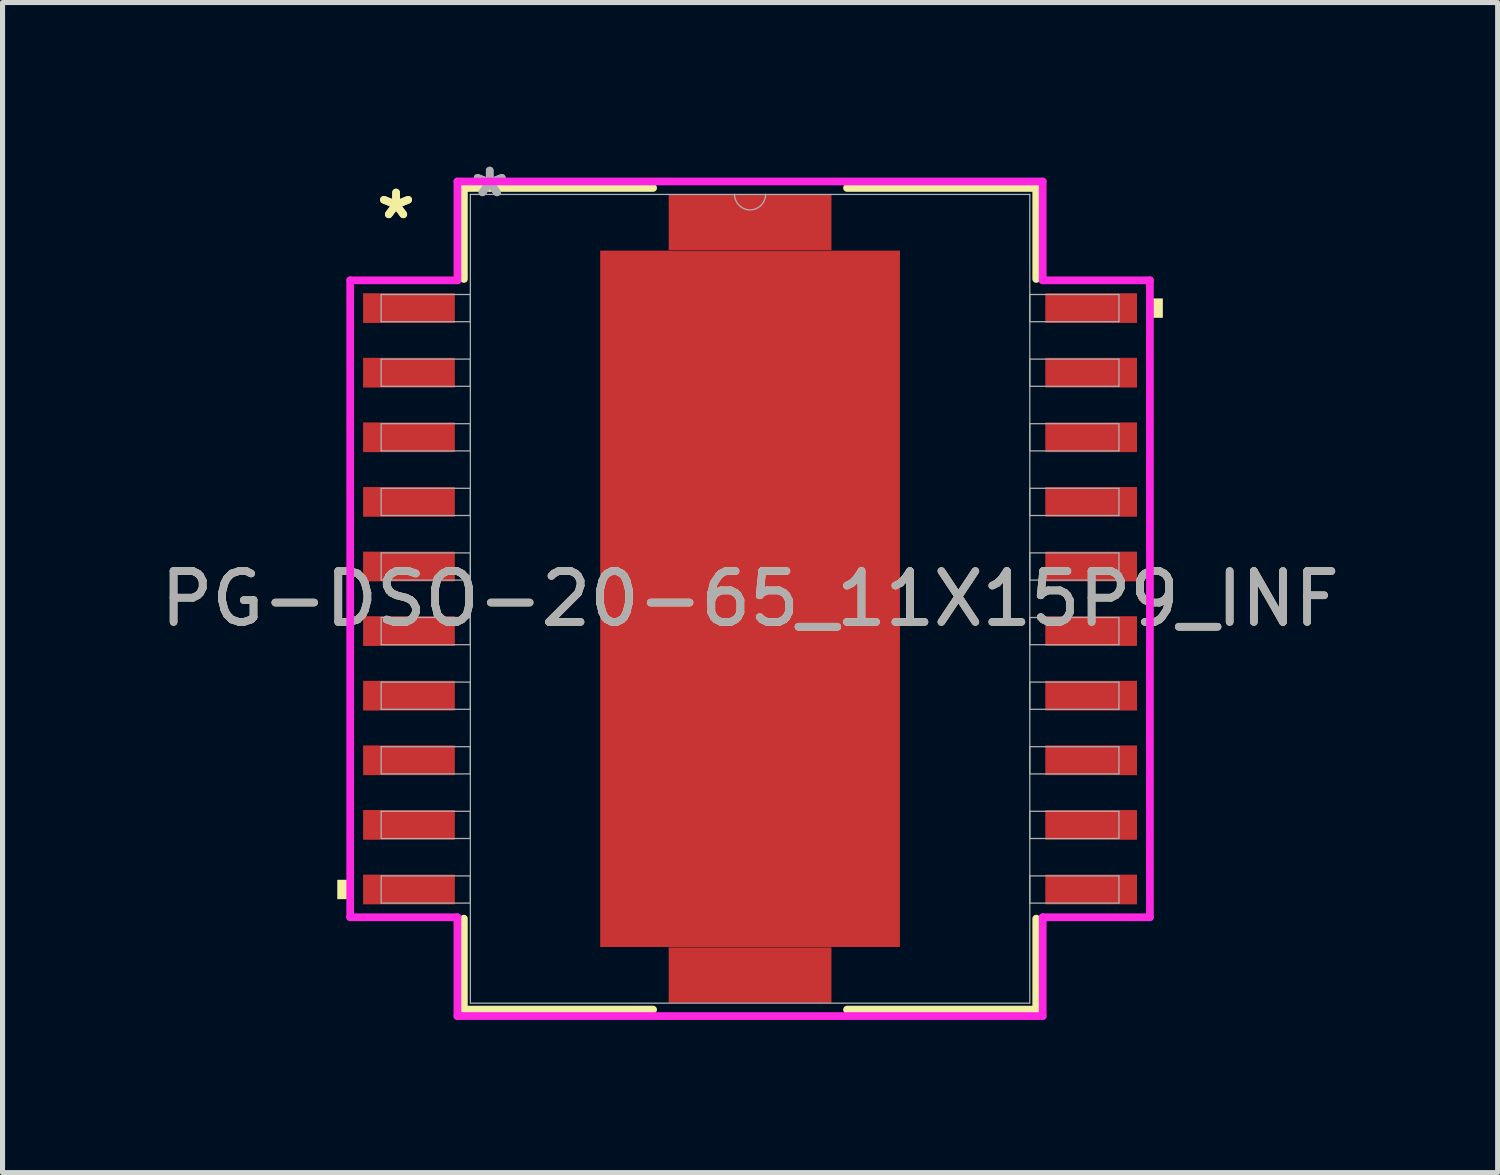
<source format=kicad_pcb>
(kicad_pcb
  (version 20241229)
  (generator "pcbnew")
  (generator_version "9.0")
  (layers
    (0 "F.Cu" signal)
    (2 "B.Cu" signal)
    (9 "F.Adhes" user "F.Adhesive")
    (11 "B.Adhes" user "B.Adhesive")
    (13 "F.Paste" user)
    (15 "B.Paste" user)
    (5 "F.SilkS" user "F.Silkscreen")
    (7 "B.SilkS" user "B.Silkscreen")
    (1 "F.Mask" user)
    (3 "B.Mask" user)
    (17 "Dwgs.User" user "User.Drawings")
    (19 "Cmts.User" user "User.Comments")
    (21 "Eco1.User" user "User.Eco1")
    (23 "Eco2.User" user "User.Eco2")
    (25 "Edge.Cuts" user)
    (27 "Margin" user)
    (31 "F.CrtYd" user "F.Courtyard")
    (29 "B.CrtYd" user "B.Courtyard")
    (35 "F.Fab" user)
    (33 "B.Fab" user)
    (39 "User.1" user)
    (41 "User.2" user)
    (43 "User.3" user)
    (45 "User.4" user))
  (footprint "PG-DSO-20-65_11X15P9_INF"
    (layer "F.Cu")
    (at 11.696 8.722)
    (property "Reference" "PG-DSO-20-65_11X15P9_INF" (at 0 0 0) (unlocked yes) (layer "F.SilkS") (effects (font (size 1 1) (thickness 0.15))))
    (attr smd)
    (fp_poly (pts (xy -1.6 -7.946) (xy 1.6 -7.946) (xy 1.6 -6.854) (xy -1.6 -6.854)) (stroke (width 0) (type solid)) (fill yes) (layer "F.Cu"))
    (fp_poly (pts (xy -1.6 6.854) (xy 1.6 6.854) (xy 1.6 7.946) (xy -1.6 7.946)) (stroke (width 0) (type solid)) (fill yes) (layer "F.Cu"))
    (fp_poly (pts (xy -1.6 -7.946) (xy 1.6 -7.946) (xy 1.6 -6.854) (xy -1.6 -6.854)) (stroke (width 0) (type solid)) (fill yes) (layer "F.Mask"))
    (fp_poly (pts (xy -1.6 6.854) (xy 1.6 6.854) (xy 1.6 7.946) (xy -1.6 7.946)) (stroke (width 0) (type solid)) (fill yes) (layer "F.Mask"))
    (fp_line (start -5.626 -8.077) (end -5.626 -6.288) (stroke (width 0.152) (type solid)) (layer "F.SilkS"))
    (fp_line (start -5.626 6.288) (end -5.626 8.077) (stroke (width 0.152) (type solid)) (layer "F.SilkS"))
    (fp_line (start -5.626 8.077) (end -1.906 8.077) (stroke (width 0.152) (type solid)) (layer "F.SilkS"))
    (fp_line (start -1.906 -8.077) (end -5.626 -8.077) (stroke (width 0.152) (type solid)) (layer "F.SilkS"))
    (fp_line (start 1.906 8.077) (end 5.626 8.077) (stroke (width 0.152) (type solid)) (layer "F.SilkS"))
    (fp_line (start 5.626 -8.077) (end 1.906 -8.077) (stroke (width 0.152) (type solid)) (layer "F.SilkS"))
    (fp_line (start 5.626 -6.288) (end 5.626 -8.077) (stroke (width 0.152) (type solid)) (layer "F.SilkS"))
    (fp_line (start 5.626 8.077) (end 5.626 6.288) (stroke (width 0.152) (type solid)) (layer "F.SilkS"))
    (fp_poly (pts (xy -8.115 5.524) (xy -8.115 5.905) (xy -7.861 5.905) (xy -7.861 5.524)) (stroke (width 0) (type solid)) (fill yes) (layer "F.SilkS"))
    (fp_poly (pts (xy 8.115 -5.905) (xy 8.115 -5.524) (xy 7.861 -5.524) (xy 7.861 -5.905)) (stroke (width 0) (type solid)) (fill yes) (layer "F.SilkS"))
    (fp_poly (pts (xy -1.6 -7.946) (xy 1.6 -7.946) (xy 1.6 -6.854) (xy -1.6 -6.854)) (stroke (width 0) (type solid)) (fill yes) (layer "F.Paste"))
    (fp_poly (pts (xy -1.6 6.854) (xy 1.6 6.854) (xy 1.6 7.946) (xy -1.6 7.946)) (stroke (width 0) (type solid)) (fill yes) (layer "F.Paste"))
    (fp_line (start -7.861 -6.261) (end -5.753 -6.261) (stroke (width 0.152) (type solid)) (layer "F.CrtYd"))
    (fp_line (start -7.861 6.261) (end -7.861 -6.261) (stroke (width 0.152) (type solid)) (layer "F.CrtYd"))
    (fp_line (start -7.861 6.261) (end -5.753 6.261) (stroke (width 0.152) (type solid)) (layer "F.CrtYd"))
    (fp_line (start -5.753 -8.204) (end 5.753 -8.204) (stroke (width 0.152) (type solid)) (layer "F.CrtYd"))
    (fp_line (start -5.753 -6.261) (end -5.753 -8.204) (stroke (width 0.152) (type solid)) (layer "F.CrtYd"))
    (fp_line (start -5.753 8.204) (end -5.753 6.261) (stroke (width 0.152) (type solid)) (layer "F.CrtYd"))
    (fp_line (start 5.753 -8.204) (end 5.753 -6.261) (stroke (width 0.152) (type solid)) (layer "F.CrtYd"))
    (fp_line (start 5.753 6.261) (end 5.753 8.204) (stroke (width 0.152) (type solid)) (layer "F.CrtYd"))
    (fp_line (start 5.753 8.204) (end -5.753 8.204) (stroke (width 0.152) (type solid)) (layer "F.CrtYd"))
    (fp_line (start 7.861 -6.261) (end 5.753 -6.261) (stroke (width 0.152) (type solid)) (layer "F.CrtYd"))
    (fp_line (start 7.861 -6.261) (end 7.861 6.261) (stroke (width 0.152) (type solid)) (layer "F.CrtYd"))
    (fp_line (start 7.861 6.261) (end 5.753 6.261) (stroke (width 0.152) (type solid)) (layer "F.CrtYd"))
    (fp_line (start -7.252 -5.982) (end -7.252 -5.448) (stroke (width 0.025) (type solid)) (layer "F.Fab"))
    (fp_line (start -7.252 -5.448) (end -5.499 -5.448) (stroke (width 0.025) (type solid)) (layer "F.Fab"))
    (fp_line (start -7.252 -4.712) (end -7.252 -4.178) (stroke (width 0.025) (type solid)) (layer "F.Fab"))
    (fp_line (start -7.252 -4.178) (end -5.499 -4.178) (stroke (width 0.025) (type solid)) (layer "F.Fab"))
    (fp_line (start -7.252 -3.442) (end -7.252 -2.908) (stroke (width 0.025) (type solid)) (layer "F.Fab"))
    (fp_line (start -7.252 -2.908) (end -5.499 -2.908) (stroke (width 0.025) (type solid)) (layer "F.Fab"))
    (fp_line (start -7.252 -2.172) (end -7.252 -1.638) (stroke (width 0.025) (type solid)) (layer "F.Fab"))
    (fp_line (start -7.252 -1.638) (end -5.499 -1.638) (stroke (width 0.025) (type solid)) (layer "F.Fab"))
    (fp_line (start -7.252 -0.902) (end -7.252 -0.368) (stroke (width 0.025) (type solid)) (layer "F.Fab"))
    (fp_line (start -7.252 -0.368) (end -5.499 -0.368) (stroke (width 0.025) (type solid)) (layer "F.Fab"))
    (fp_line (start -7.252 0.368) (end -7.252 0.902) (stroke (width 0.025) (type solid)) (layer "F.Fab"))
    (fp_line (start -7.252 0.902) (end -5.499 0.902) (stroke (width 0.025) (type solid)) (layer "F.Fab"))
    (fp_line (start -7.252 1.638) (end -7.252 2.172) (stroke (width 0.025) (type solid)) (layer "F.Fab"))
    (fp_line (start -7.252 2.172) (end -5.499 2.172) (stroke (width 0.025) (type solid)) (layer "F.Fab"))
    (fp_line (start -7.252 2.908) (end -7.252 3.442) (stroke (width 0.025) (type solid)) (layer "F.Fab"))
    (fp_line (start -7.252 3.442) (end -5.499 3.442) (stroke (width 0.025) (type solid)) (layer "F.Fab"))
    (fp_line (start -7.252 4.178) (end -7.252 4.712) (stroke (width 0.025) (type solid)) (layer "F.Fab"))
    (fp_line (start -7.252 4.712) (end -5.499 4.712) (stroke (width 0.025) (type solid)) (layer "F.Fab"))
    (fp_line (start -7.252 5.448) (end -7.252 5.982) (stroke (width 0.025) (type solid)) (layer "F.Fab"))
    (fp_line (start -7.252 5.982) (end -5.499 5.982) (stroke (width 0.025) (type solid)) (layer "F.Fab"))
    (fp_line (start -5.499 -7.95) (end -5.499 7.95) (stroke (width 0.025) (type solid)) (layer "F.Fab"))
    (fp_line (start -5.499 -5.982) (end -7.252 -5.982) (stroke (width 0.025) (type solid)) (layer "F.Fab"))
    (fp_line (start -5.499 -5.448) (end -5.499 -5.982) (stroke (width 0.025) (type solid)) (layer "F.Fab"))
    (fp_line (start -5.499 -4.712) (end -7.252 -4.712) (stroke (width 0.025) (type solid)) (layer "F.Fab"))
    (fp_line (start -5.499 -4.178) (end -5.499 -4.712) (stroke (width 0.025) (type solid)) (layer "F.Fab"))
    (fp_line (start -5.499 -3.442) (end -7.252 -3.442) (stroke (width 0.025) (type solid)) (layer "F.Fab"))
    (fp_line (start -5.499 -2.908) (end -5.499 -3.442) (stroke (width 0.025) (type solid)) (layer "F.Fab"))
    (fp_line (start -5.499 -2.172) (end -7.252 -2.172) (stroke (width 0.025) (type solid)) (layer "F.Fab"))
    (fp_line (start -5.499 -1.638) (end -5.499 -2.172) (stroke (width 0.025) (type solid)) (layer "F.Fab"))
    (fp_line (start -5.499 -0.902) (end -7.252 -0.902) (stroke (width 0.025) (type solid)) (layer "F.Fab"))
    (fp_line (start -5.499 -0.368) (end -5.499 -0.902) (stroke (width 0.025) (type solid)) (layer "F.Fab"))
    (fp_line (start -5.499 0.368) (end -7.252 0.368) (stroke (width 0.025) (type solid)) (layer "F.Fab"))
    (fp_line (start -5.499 0.902) (end -5.499 0.368) (stroke (width 0.025) (type solid)) (layer "F.Fab"))
    (fp_line (start -5.499 1.638) (end -7.252 1.638) (stroke (width 0.025) (type solid)) (layer "F.Fab"))
    (fp_line (start -5.499 2.172) (end -5.499 1.638) (stroke (width 0.025) (type solid)) (layer "F.Fab"))
    (fp_line (start -5.499 2.908) (end -7.252 2.908) (stroke (width 0.025) (type solid)) (layer "F.Fab"))
    (fp_line (start -5.499 3.442) (end -5.499 2.908) (stroke (width 0.025) (type solid)) (layer "F.Fab"))
    (fp_line (start -5.499 4.178) (end -7.252 4.178) (stroke (width 0.025) (type solid)) (layer "F.Fab"))
    (fp_line (start -5.499 4.712) (end -5.499 4.178) (stroke (width 0.025) (type solid)) (layer "F.Fab"))
    (fp_line (start -5.499 5.448) (end -7.252 5.448) (stroke (width 0.025) (type solid)) (layer "F.Fab"))
    (fp_line (start -5.499 5.982) (end -5.499 5.448) (stroke (width 0.025) (type solid)) (layer "F.Fab"))
    (fp_line (start -5.499 7.95) (end 5.499 7.95) (stroke (width 0.025) (type solid)) (layer "F.Fab"))
    (fp_line (start 5.499 -7.95) (end -5.499 -7.95) (stroke (width 0.025) (type solid)) (layer "F.Fab"))
    (fp_line (start 5.499 -5.982) (end 5.499 -5.448) (stroke (width 0.025) (type solid)) (layer "F.Fab"))
    (fp_line (start 5.499 -5.448) (end 7.252 -5.448) (stroke (width 0.025) (type solid)) (layer "F.Fab"))
    (fp_line (start 5.499 -4.712) (end 5.499 -4.178) (stroke (width 0.025) (type solid)) (layer "F.Fab"))
    (fp_line (start 5.499 -4.178) (end 7.252 -4.178) (stroke (width 0.025) (type solid)) (layer "F.Fab"))
    (fp_line (start 5.499 -3.442) (end 5.499 -2.908) (stroke (width 0.025) (type solid)) (layer "F.Fab"))
    (fp_line (start 5.499 -2.908) (end 7.252 -2.908) (stroke (width 0.025) (type solid)) (layer "F.Fab"))
    (fp_line (start 5.499 -2.172) (end 5.499 -1.638) (stroke (width 0.025) (type solid)) (layer "F.Fab"))
    (fp_line (start 5.499 -1.638) (end 7.252 -1.638) (stroke (width 0.025) (type solid)) (layer "F.Fab"))
    (fp_line (start 5.499 -0.902) (end 5.499 -0.368) (stroke (width 0.025) (type solid)) (layer "F.Fab"))
    (fp_line (start 5.499 -0.368) (end 7.252 -0.368) (stroke (width 0.025) (type solid)) (layer "F.Fab"))
    (fp_line (start 5.499 0.368) (end 5.499 0.902) (stroke (width 0.025) (type solid)) (layer "F.Fab"))
    (fp_line (start 5.499 0.902) (end 7.252 0.902) (stroke (width 0.025) (type solid)) (layer "F.Fab"))
    (fp_line (start 5.499 1.638) (end 5.499 2.172) (stroke (width 0.025) (type solid)) (layer "F.Fab"))
    (fp_line (start 5.499 2.172) (end 7.252 2.172) (stroke (width 0.025) (type solid)) (layer "F.Fab"))
    (fp_line (start 5.499 2.908) (end 5.499 3.442) (stroke (width 0.025) (type solid)) (layer "F.Fab"))
    (fp_line (start 5.499 3.442) (end 7.252 3.442) (stroke (width 0.025) (type solid)) (layer "F.Fab"))
    (fp_line (start 5.499 4.178) (end 5.499 4.712) (stroke (width 0.025) (type solid)) (layer "F.Fab"))
    (fp_line (start 5.499 4.712) (end 7.252 4.712) (stroke (width 0.025) (type solid)) (layer "F.Fab"))
    (fp_line (start 5.499 5.448) (end 5.499 5.982) (stroke (width 0.025) (type solid)) (layer "F.Fab"))
    (fp_line (start 5.499 5.982) (end 7.252 5.982) (stroke (width 0.025) (type solid)) (layer "F.Fab"))
    (fp_line (start 5.499 7.95) (end 5.499 -7.95) (stroke (width 0.025) (type solid)) (layer "F.Fab"))
    (fp_line (start 7.252 -5.982) (end 5.499 -5.982) (stroke (width 0.025) (type solid)) (layer "F.Fab"))
    (fp_line (start 7.252 -5.448) (end 7.252 -5.982) (stroke (width 0.025) (type solid)) (layer "F.Fab"))
    (fp_line (start 7.252 -4.712) (end 5.499 -4.712) (stroke (width 0.025) (type solid)) (layer "F.Fab"))
    (fp_line (start 7.252 -4.178) (end 7.252 -4.712) (stroke (width 0.025) (type solid)) (layer "F.Fab"))
    (fp_line (start 7.252 -3.442) (end 5.499 -3.442) (stroke (width 0.025) (type solid)) (layer "F.Fab"))
    (fp_line (start 7.252 -2.908) (end 7.252 -3.442) (stroke (width 0.025) (type solid)) (layer "F.Fab"))
    (fp_line (start 7.252 -2.172) (end 5.499 -2.172) (stroke (width 0.025) (type solid)) (layer "F.Fab"))
    (fp_line (start 7.252 -1.638) (end 7.252 -2.172) (stroke (width 0.025) (type solid)) (layer "F.Fab"))
    (fp_line (start 7.252 -0.902) (end 5.499 -0.902) (stroke (width 0.025) (type solid)) (layer "F.Fab"))
    (fp_line (start 7.252 -0.368) (end 7.252 -0.902) (stroke (width 0.025) (type solid)) (layer "F.Fab"))
    (fp_line (start 7.252 0.368) (end 5.499 0.368) (stroke (width 0.025) (type solid)) (layer "F.Fab"))
    (fp_line (start 7.252 0.902) (end 7.252 0.368) (stroke (width 0.025) (type solid)) (layer "F.Fab"))
    (fp_line (start 7.252 1.638) (end 5.499 1.638) (stroke (width 0.025) (type solid)) (layer "F.Fab"))
    (fp_line (start 7.252 2.172) (end 7.252 1.638) (stroke (width 0.025) (type solid)) (layer "F.Fab"))
    (fp_line (start 7.252 2.908) (end 5.499 2.908) (stroke (width 0.025) (type solid)) (layer "F.Fab"))
    (fp_line (start 7.252 3.442) (end 7.252 2.908) (stroke (width 0.025) (type solid)) (layer "F.Fab"))
    (fp_line (start 7.252 4.178) (end 5.499 4.178) (stroke (width 0.025) (type solid)) (layer "F.Fab"))
    (fp_line (start 7.252 4.712) (end 7.252 4.178) (stroke (width 0.025) (type solid)) (layer "F.Fab"))
    (fp_line (start 7.252 5.448) (end 5.499 5.448) (stroke (width 0.025) (type solid)) (layer "F.Fab"))
    (fp_line (start 7.252 5.982) (end 7.252 5.448) (stroke (width 0.025) (type solid)) (layer "F.Fab"))
    (fp_arc (start 0.3048 -7.9502) (mid 0 -7.6454) (end -0.3048 -7.9502) (stroke (width 0.0254) (type solid)) (layer "F.Fab"))
    (fp_text user "*" (at -6.96 -7.442 0) (unlocked yes) (layer "F.SilkS") (effects (font (size 1 1) (thickness 0.15))))
    (fp_text user "*" (at -6.96 -7.442 0) (layer "F.SilkS") (effects (font (size 1 1) (thickness 0.15))))
    (fp_text user "*" (at -5.118 -7.874 0) (layer "F.Fab") (effects (font (size 1 1) (thickness 0.15))))
    (fp_text user "${REFERENCE}" (at 0 0 0) (unlocked yes) (layer "F.Fab") (effects (font (size 1 1) (thickness 0.15))))
    (fp_text user "*" (at -5.118 -7.874 0) (unlocked yes) (layer "F.Fab") (effects (font (size 1 1) (thickness 0.15))))
    (pad "1" smd rect (at -6.706 -5.715) (size 1.803 0.584) (layers "F.Cu" "F.Mask" "F.Paste"))
    (pad "2" smd rect (at -6.706 -4.445) (size 1.803 0.584) (layers "F.Cu" "F.Mask" "F.Paste"))
    (pad "3" smd rect (at -6.706 -3.175) (size 1.803 0.584) (layers "F.Cu" "F.Mask" "F.Paste"))
    (pad "4" smd rect (at -6.706 -1.905) (size 1.803 0.584) (layers "F.Cu" "F.Mask" "F.Paste"))
    (pad "5" smd rect (at -6.706 -0.635) (size 1.803 0.584) (layers "F.Cu" "F.Mask" "F.Paste"))
    (pad "6" smd rect (at -6.706 0.635) (size 1.803 0.584) (layers "F.Cu" "F.Mask" "F.Paste"))
    (pad "7" smd rect (at -6.706 1.905) (size 1.803 0.584) (layers "F.Cu" "F.Mask" "F.Paste"))
    (pad "8" smd rect (at -6.706 3.175) (size 1.803 0.584) (layers "F.Cu" "F.Mask" "F.Paste"))
    (pad "9" smd rect (at -6.706 4.445) (size 1.803 0.584) (layers "F.Cu" "F.Mask" "F.Paste"))
    (pad "10" smd rect (at -6.706 5.715) (size 1.803 0.584) (layers "F.Cu" "F.Mask" "F.Paste"))
    (pad "11" smd rect (at 6.706 5.715) (size 1.803 0.584) (layers "F.Cu" "F.Mask" "F.Paste"))
    (pad "12" smd rect (at 6.706 4.445) (size 1.803 0.584) (layers "F.Cu" "F.Mask" "F.Paste"))
    (pad "13" smd rect (at 6.706 3.175) (size 1.803 0.584) (layers "F.Cu" "F.Mask" "F.Paste"))
    (pad "14" smd rect (at 6.706 1.905) (size 1.803 0.584) (layers "F.Cu" "F.Mask" "F.Paste"))
    (pad "15" smd rect (at 6.706 0.635) (size 1.803 0.584) (layers "F.Cu" "F.Mask" "F.Paste"))
    (pad "16" smd rect (at 6.706 -0.635) (size 1.803 0.584) (layers "F.Cu" "F.Mask" "F.Paste"))
    (pad "17" smd rect (at 6.706 -1.905) (size 1.803 0.584) (layers "F.Cu" "F.Mask" "F.Paste"))
    (pad "18" smd rect (at 6.706 -3.175) (size 1.803 0.584) (layers "F.Cu" "F.Mask" "F.Paste"))
    (pad "19" smd rect (at 6.706 -4.445) (size 1.803 0.584) (layers "F.Cu" "F.Mask" "F.Paste"))
    (pad "20" smd rect (at 6.706 -5.715) (size 1.803 0.584) (layers "F.Cu" "F.Mask" "F.Paste"))
    (pad "21" smd rect (at 0 0) (size 5.893 13.691) (layers "F.Cu" "F.Mask" "F.Paste")))
  (gr_rect
    (start -3 -3)
    (end 26.393 20.003)
    (stroke (width 0.1) (type default))
    (fill no)
    (layer "Edge.Cuts")))
</source>
